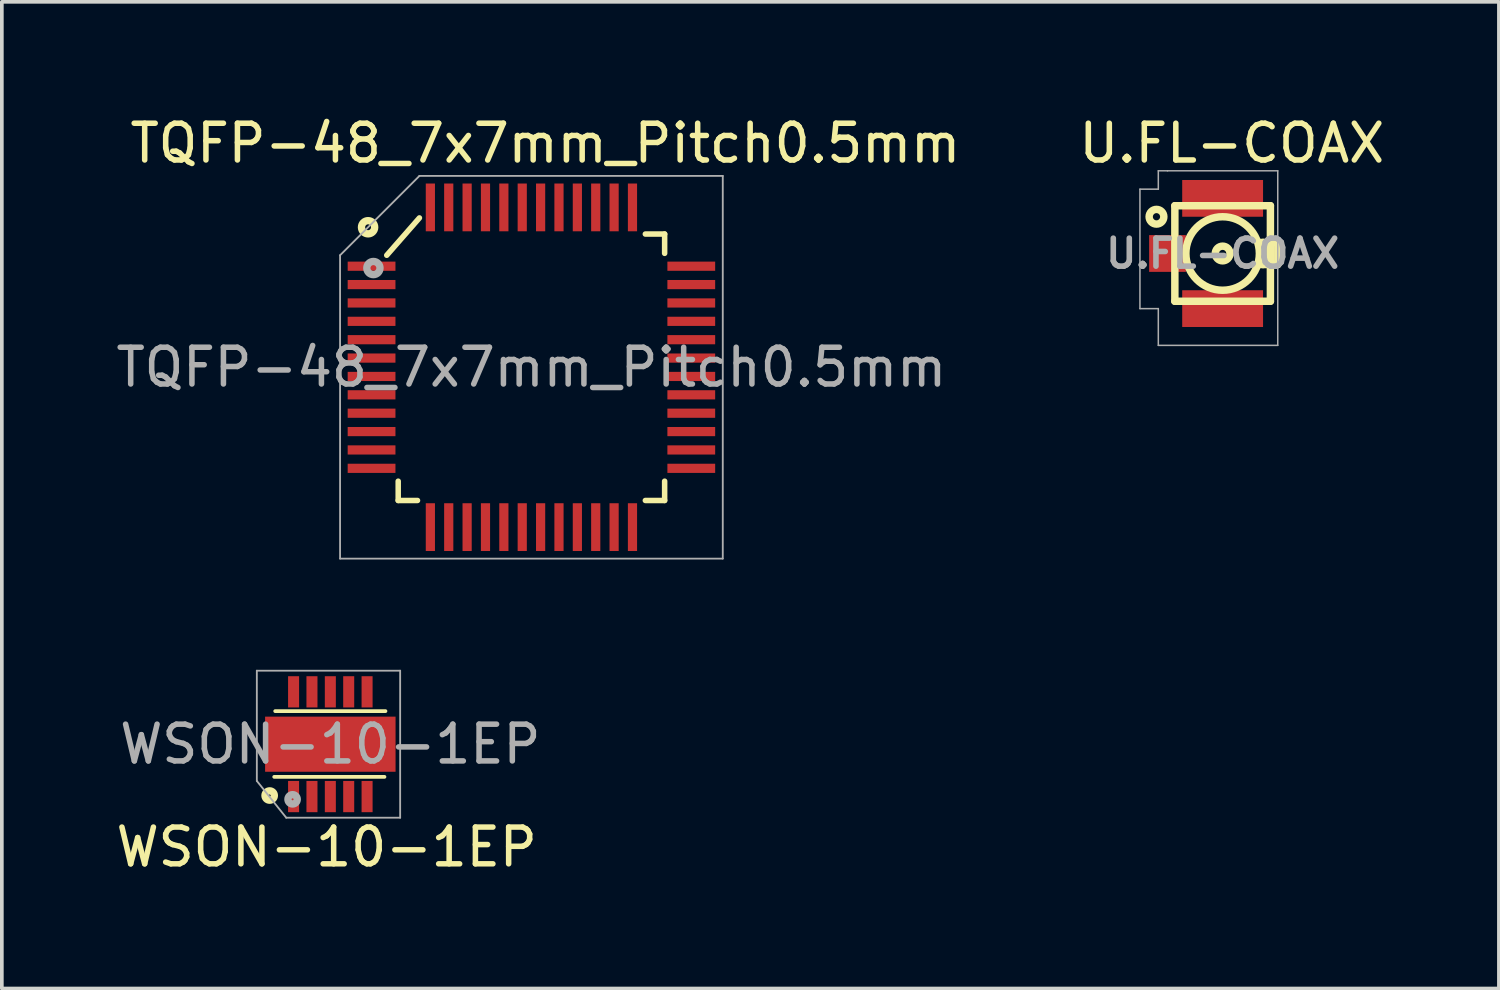
<source format=kicad_pcb>
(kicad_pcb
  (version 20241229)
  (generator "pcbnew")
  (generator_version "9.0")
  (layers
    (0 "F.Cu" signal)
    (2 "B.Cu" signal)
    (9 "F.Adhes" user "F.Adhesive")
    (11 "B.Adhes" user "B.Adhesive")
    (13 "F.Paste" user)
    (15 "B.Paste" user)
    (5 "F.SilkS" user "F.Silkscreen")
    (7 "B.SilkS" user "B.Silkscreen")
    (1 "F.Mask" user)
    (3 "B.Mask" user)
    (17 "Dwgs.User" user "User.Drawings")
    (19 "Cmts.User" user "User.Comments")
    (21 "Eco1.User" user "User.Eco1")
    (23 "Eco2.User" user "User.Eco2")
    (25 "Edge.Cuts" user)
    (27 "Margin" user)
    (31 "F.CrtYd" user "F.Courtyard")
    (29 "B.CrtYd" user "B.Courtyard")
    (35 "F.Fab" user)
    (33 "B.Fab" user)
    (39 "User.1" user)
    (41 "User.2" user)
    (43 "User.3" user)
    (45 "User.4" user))
  (footprint "TQFP-48_7x7mm_Pitch0.5mm"
    (layer "F.Cu")
    (at 11.411 6.944)
    (property "Reference" "TQFP-48_7x7mm_Pitch0.5mm" (at 0 0 0) (layer "F.Fab") (effects (font (size 1 1) (thickness 0.15))))
    (attr smd)
    (fp_line (start -3.937 -3.048) (end -3.048 -4.064) (stroke (width 0.15) (type solid)) (layer "F.SilkS"))
    (fp_line (start -3.625 3.625) (end -3.625 3.1) (stroke (width 0.15) (type solid)) (layer "F.SilkS"))
    (fp_line (start -3.625 3.625) (end -3.1 3.625) (stroke (width 0.15) (type solid)) (layer "F.SilkS"))
    (fp_line (start 3.625 -3.625) (end 3.1 -3.625) (stroke (width 0.15) (type solid)) (layer "F.SilkS"))
    (fp_line (start 3.625 -3.625) (end 3.625 -3.1) (stroke (width 0.15) (type solid)) (layer "F.SilkS"))
    (fp_line (start 3.625 3.625) (end 3.1 3.625) (stroke (width 0.15) (type solid)) (layer "F.SilkS"))
    (fp_line (start 3.625 3.625) (end 3.625 3.1) (stroke (width 0.15) (type solid)) (layer "F.SilkS"))
    (fp_circle (center -4.445 -3.81) (end -4.318 -3.683) (stroke (width 0.2) (type solid)) (fill no) (layer "F.SilkS"))
    (fp_line (start -5.207 -3.048) (end -5.207 5.207) (stroke (width 0.05) (type solid)) (layer "F.Fab"))
    (fp_line (start -3.048 -5.207) (end -5.207 -3.048) (stroke (width 0.05) (type solid)) (layer "F.Fab"))
    (fp_line (start 5.207 -5.207) (end -3.048 -5.207) (stroke (width 0.05) (type solid)) (layer "F.Fab"))
    (fp_line (start 5.207 5.207) (end -5.207 5.207) (stroke (width 0.048) (type solid)) (layer "F.Fab"))
    (fp_line (start 5.207 5.207) (end 5.207 -5.207) (stroke (width 0.05) (type solid)) (layer "F.Fab"))
    (fp_circle (center -4.3 -2.7) (end -4.173 -2.573) (stroke (width 0.2) (type solid)) (fill no) (layer "F.Fab"))
    (fp_text user "${REFERENCE}" (at 0.381 -6.096 0) (layer "F.SilkS") (effects (font (size 1 1) (thickness 0.15))))
    (pad "1" smd rect (at -4.35 -2.75) (size 1.3 0.25) (layers "F.Cu" "F.Mask" "F.Paste"))
    (pad "2" smd rect (at -4.35 -2.25) (size 1.3 0.25) (layers "F.Cu" "F.Mask" "F.Paste"))
    (pad "3" smd rect (at -4.35 -1.75) (size 1.3 0.25) (layers "F.Cu" "F.Mask" "F.Paste"))
    (pad "4" smd rect (at -4.35 -1.25) (size 1.3 0.25) (layers "F.Cu" "F.Mask" "F.Paste"))
    (pad "5" smd rect (at -4.35 -0.75) (size 1.3 0.25) (layers "F.Cu" "F.Mask" "F.Paste"))
    (pad "6" smd rect (at -4.35 -0.25) (size 1.3 0.25) (layers "F.Cu" "F.Mask" "F.Paste"))
    (pad "7" smd rect (at -4.35 0.25) (size 1.3 0.25) (layers "F.Cu" "F.Mask" "F.Paste"))
    (pad "8" smd rect (at -4.35 0.75) (size 1.3 0.25) (layers "F.Cu" "F.Mask" "F.Paste"))
    (pad "9" smd rect (at -4.35 1.25) (size 1.3 0.25) (layers "F.Cu" "F.Mask" "F.Paste"))
    (pad "10" smd rect (at -4.35 1.75) (size 1.3 0.25) (layers "F.Cu" "F.Mask" "F.Paste"))
    (pad "11" smd rect (at -4.35 2.25) (size 1.3 0.25) (layers "F.Cu" "F.Mask" "F.Paste"))
    (pad "12" smd rect (at -4.35 2.75) (size 1.3 0.25) (layers "F.Cu" "F.Mask" "F.Paste"))
    (pad "13" smd rect (at -2.75 4.35 90) (size 1.3 0.25) (layers "F.Cu" "F.Mask" "F.Paste"))
    (pad "14" smd rect (at -2.25 4.35 90) (size 1.3 0.25) (layers "F.Cu" "F.Mask" "F.Paste"))
    (pad "15" smd rect (at -1.75 4.35 90) (size 1.3 0.25) (layers "F.Cu" "F.Mask" "F.Paste"))
    (pad "16" smd rect (at -1.25 4.35 90) (size 1.3 0.25) (layers "F.Cu" "F.Mask" "F.Paste"))
    (pad "17" smd rect (at -0.75 4.35 90) (size 1.3 0.25) (layers "F.Cu" "F.Mask" "F.Paste"))
    (pad "18" smd rect (at -0.25 4.35 90) (size 1.3 0.25) (layers "F.Cu" "F.Mask" "F.Paste"))
    (pad "19" smd rect (at 0.25 4.35 90) (size 1.3 0.25) (layers "F.Cu" "F.Mask" "F.Paste"))
    (pad "20" smd rect (at 0.75 4.35 90) (size 1.3 0.25) (layers "F.Cu" "F.Mask" "F.Paste"))
    (pad "21" smd rect (at 1.25 4.35 90) (size 1.3 0.25) (layers "F.Cu" "F.Mask" "F.Paste"))
    (pad "22" smd rect (at 1.75 4.35 90) (size 1.3 0.25) (layers "F.Cu" "F.Mask" "F.Paste"))
    (pad "23" smd rect (at 2.25 4.35 90) (size 1.3 0.25) (layers "F.Cu" "F.Mask" "F.Paste"))
    (pad "24" smd rect (at 2.75 4.35 90) (size 1.3 0.25) (layers "F.Cu" "F.Mask" "F.Paste"))
    (pad "25" smd rect (at 4.35 2.75) (size 1.3 0.25) (layers "F.Cu" "F.Mask" "F.Paste"))
    (pad "26" smd rect (at 4.35 2.25) (size 1.3 0.25) (layers "F.Cu" "F.Mask" "F.Paste"))
    (pad "27" smd rect (at 4.35 1.75) (size 1.3 0.25) (layers "F.Cu" "F.Mask" "F.Paste"))
    (pad "28" smd rect (at 4.35 1.25) (size 1.3 0.25) (layers "F.Cu" "F.Mask" "F.Paste"))
    (pad "29" smd rect (at 4.35 0.75) (size 1.3 0.25) (layers "F.Cu" "F.Mask" "F.Paste"))
    (pad "30" smd rect (at 4.35 0.25) (size 1.3 0.25) (layers "F.Cu" "F.Mask" "F.Paste"))
    (pad "31" smd rect (at 4.35 -0.25) (size 1.3 0.25) (layers "F.Cu" "F.Mask" "F.Paste"))
    (pad "32" smd rect (at 4.35 -0.75) (size 1.3 0.25) (layers "F.Cu" "F.Mask" "F.Paste"))
    (pad "33" smd rect (at 4.35 -1.25) (size 1.3 0.25) (layers "F.Cu" "F.Mask" "F.Paste"))
    (pad "34" smd rect (at 4.35 -1.75) (size 1.3 0.25) (layers "F.Cu" "F.Mask" "F.Paste"))
    (pad "35" smd rect (at 4.35 -2.25) (size 1.3 0.25) (layers "F.Cu" "F.Mask" "F.Paste"))
    (pad "36" smd rect (at 4.35 -2.75) (size 1.3 0.25) (layers "F.Cu" "F.Mask" "F.Paste"))
    (pad "37" smd rect (at 2.75 -4.35 90) (size 1.3 0.25) (layers "F.Cu" "F.Mask" "F.Paste"))
    (pad "38" smd rect (at 2.25 -4.35 90) (size 1.3 0.25) (layers "F.Cu" "F.Mask" "F.Paste"))
    (pad "39" smd rect (at 1.75 -4.35 90) (size 1.3 0.25) (layers "F.Cu" "F.Mask" "F.Paste"))
    (pad "40" smd rect (at 1.25 -4.35 90) (size 1.3 0.25) (layers "F.Cu" "F.Mask" "F.Paste"))
    (pad "41" smd rect (at 0.75 -4.35 90) (size 1.3 0.25) (layers "F.Cu" "F.Mask" "F.Paste"))
    (pad "42" smd rect (at 0.25 -4.35 90) (size 1.3 0.25) (layers "F.Cu" "F.Mask" "F.Paste"))
    (pad "43" smd rect (at -0.25 -4.35 90) (size 1.3 0.25) (layers "F.Cu" "F.Mask" "F.Paste"))
    (pad "44" smd rect (at -0.75 -4.35 90) (size 1.3 0.25) (layers "F.Cu" "F.Mask" "F.Paste"))
    (pad "45" smd rect (at -1.25 -4.35 90) (size 1.3 0.25) (layers "F.Cu" "F.Mask" "F.Paste"))
    (pad "46" smd rect (at -1.75 -4.35 90) (size 1.3 0.25) (layers "F.Cu" "F.Mask" "F.Paste"))
    (pad "47" smd rect (at -2.25 -4.35 90) (size 1.3 0.25) (layers "F.Cu" "F.Mask" "F.Paste"))
    (pad "48" smd rect (at -2.75 -4.35 90) (size 1.3 0.25) (layers "F.Cu" "F.Mask" "F.Paste")))
  (footprint "WSON-10-1EP"
    (layer "F.Cu")
    (at 5.939 17.201)
    (property "Reference" "WSON-10-1EP" (at 0 0 0) (layer "F.Fab") (effects (font (size 1 1) (thickness 0.15))))
    (attr through_hole)
    (fp_line (start -1.527 0.889) (end 1.473 0.889) (stroke (width 0.102) (type solid)) (layer "F.SilkS"))
    (fp_line (start -1.5 -0.9) (end 1.5 -0.9) (stroke (width 0.102) (type solid)) (layer "F.SilkS"))
    (fp_circle (center -1.651 1.397) (end -1.651 1.524) (stroke (width 0.2) (type solid)) (fill no) (layer "F.SilkS"))
    (fp_line (start -2 -2) (end 1.9 -2) (stroke (width 0.05) (type solid)) (layer "F.Fab"))
    (fp_line (start -2 1) (end -2 -2) (stroke (width 0.05) (type solid)) (layer "F.Fab"))
    (fp_line (start -2 1) (end -1.2 2) (stroke (width 0.05) (type solid)) (layer "F.Fab"))
    (fp_line (start 1.9 -2) (end 1.9 2) (stroke (width 0.05) (type solid)) (layer "F.Fab"))
    (fp_line (start 1.9 2) (end -1.2 2) (stroke (width 0.05) (type solid)) (layer "F.Fab"))
    (fp_circle (center -1.027 1.5) (end -1.027 1.627) (stroke (width 0.2) (type solid)) (fill no) (layer "F.Fab"))
    (fp_text user "${REFERENCE}" (at -0.1 2.8 0) (layer "F.SilkS") (effects (font (size 1 1) (thickness 0.15))))
    (pad "" smd rect (at -0.635 -0.381) (size 0.9 0.65) (layers "F.Paste"))
    (pad "" smd rect (at -0.635 0.381) (size 0.9 0.65) (layers "F.Paste"))
    (pad "" smd rect (at 0.635 -0.381) (size 0.9 0.65) (layers "F.Paste"))
    (pad "" smd rect (at 0.635 0.381) (size 0.9 0.65) (layers "F.Paste"))
    (pad "1" smd rect (at -1 1.425) (size 0.3 0.85) (layers "F.Cu" "F.Mask" "F.Paste"))
    (pad "2" smd rect (at -0.5 1.425) (size 0.3 0.85) (layers "F.Cu" "F.Mask" "F.Paste"))
    (pad "3" smd rect (at 0 1.425) (size 0.3 0.85) (layers "F.Cu" "F.Mask" "F.Paste"))
    (pad "4" smd rect (at 0.5 1.425) (size 0.3 0.85) (layers "F.Cu" "F.Mask" "F.Paste"))
    (pad "5" smd rect (at 1 1.425) (size 0.3 0.85) (layers "F.Cu" "F.Mask" "F.Paste"))
    (pad "6" smd rect (at 1 -1.425) (size 0.3 0.85) (layers "F.Cu" "F.Mask" "F.Paste"))
    (pad "7" smd rect (at 0.5 -1.425) (size 0.3 0.85) (layers "F.Cu" "F.Mask" "F.Paste"))
    (pad "8" smd rect (at 0 -1.425) (size 0.3 0.85) (layers "F.Cu" "F.Mask" "F.Paste"))
    (pad "9" smd rect (at -0.5 -1.425) (size 0.3 0.85) (layers "F.Cu" "F.Mask" "F.Paste"))
    (pad "10" smd rect (at -1 -1.425) (size 0.3 0.85) (layers "F.Cu" "F.Mask" "F.Paste"))
    (pad "11" smd rect (at 0 0) (size 3.55 1.5) (layers "F.Cu" "F.Mask")))
  (footprint "U.FL-COAX"
    (layer "F.Cu")
    (at 30.22 3.848)
    (property "Reference" "U.FL-COAX" (at 0 0 0) (layer "F.Fab") (effects (font (size 0.762 0.762) (thickness 0.152))))
    (attr smd)
    (fp_line (start -1.3 -1.3) (end -1.3 1.3) (stroke (width 0.203) (type solid)) (layer "F.SilkS"))
    (fp_line (start -1.3 1.3) (end 1.3 1.3) (stroke (width 0.203) (type solid)) (layer "F.SilkS"))
    (fp_line (start 1.1 0.3) (end 1.1 -0.3) (stroke (width 0.203) (type solid)) (layer "F.SilkS"))
    (fp_line (start 1.3 -1.3) (end -1.3 -1.3) (stroke (width 0.203) (type solid)) (layer "F.SilkS"))
    (fp_line (start 1.3 1.3) (end 1.3 -1.3) (stroke (width 0.203) (type solid)) (layer "F.SilkS"))
    (fp_line (start 1.5 -0.3) (end 1 -0.3) (stroke (width 0.203) (type solid)) (layer "F.SilkS"))
    (fp_line (start 1.5 0.3) (end 1 0.3) (stroke (width 0.203) (type solid)) (layer "F.SilkS"))
    (fp_line (start 1.5 0.3) (end 1.5 -0.3) (stroke (width 0.203) (type solid)) (layer "F.SilkS"))
    (fp_circle (center -1.8 -1) (end -1.6 -1) (stroke (width 0.203) (type solid)) (fill no) (layer "F.SilkS"))
    (fp_circle (center 0 0) (end 0.2 0) (stroke (width 0.203) (type solid)) (fill no) (layer "F.SilkS"))
    (fp_circle (center 0 0) (end 1 0) (stroke (width 0.203) (type solid)) (fill no) (layer "F.SilkS"))
    (fp_line (start -2.25 -1.75) (end -2.25 1.5) (stroke (width 0.041) (type solid)) (layer "F.Fab"))
    (fp_line (start -2.25 1.5) (end -1.75 1.5) (stroke (width 0.041) (type solid)) (layer "F.Fab"))
    (fp_line (start -1.75 -2.25) (end -1.75 -1.75) (stroke (width 0.041) (type solid)) (layer "F.Fab"))
    (fp_line (start -1.75 -2.25) (end -1.5 -2.25) (stroke (width 0.041) (type solid)) (layer "F.Fab"))
    (fp_line (start -1.75 -1.75) (end -2.25 -1.75) (stroke (width 0.041) (type solid)) (layer "F.Fab"))
    (fp_line (start -1.75 1.5) (end -1.75 2.5) (stroke (width 0.041) (type solid)) (layer "F.Fab"))
    (fp_line (start -1.75 2.5) (end 1.5 2.5) (stroke (width 0.041) (type solid)) (layer "F.Fab"))
    (fp_line (start 1.5 -2.25) (end -1.5 -2.25) (stroke (width 0.041) (type solid)) (layer "F.Fab"))
    (fp_line (start 1.5 2.5) (end 1.5 -2.25) (stroke (width 0.041) (type solid)) (layer "F.Fab"))
    (fp_text user "${REFERENCE}" (at 0.25 -3 0) (layer "F.SilkS") (effects (font (size 1 1) (thickness 0.15))))
    (pad "GND" smd rect (at 0 -1.5) (size 2.2 1) (layers "F.Cu" "F.Mask" "F.Paste"))
    (pad "GND" smd rect (at 0 1.5) (size 2.2 1) (layers "F.Cu" "F.Mask" "F.Paste"))
    (pad "SIG" smd rect (at -1.5 0) (size 1 1) (layers "F.Cu" "F.Mask" "F.Paste")))
  (gr_rect
    (start -3 -3)
    (end 37.738 23.849)
    (stroke (width 0.1) (type default))
    (fill no)
    (layer "Edge.Cuts")))
</source>
